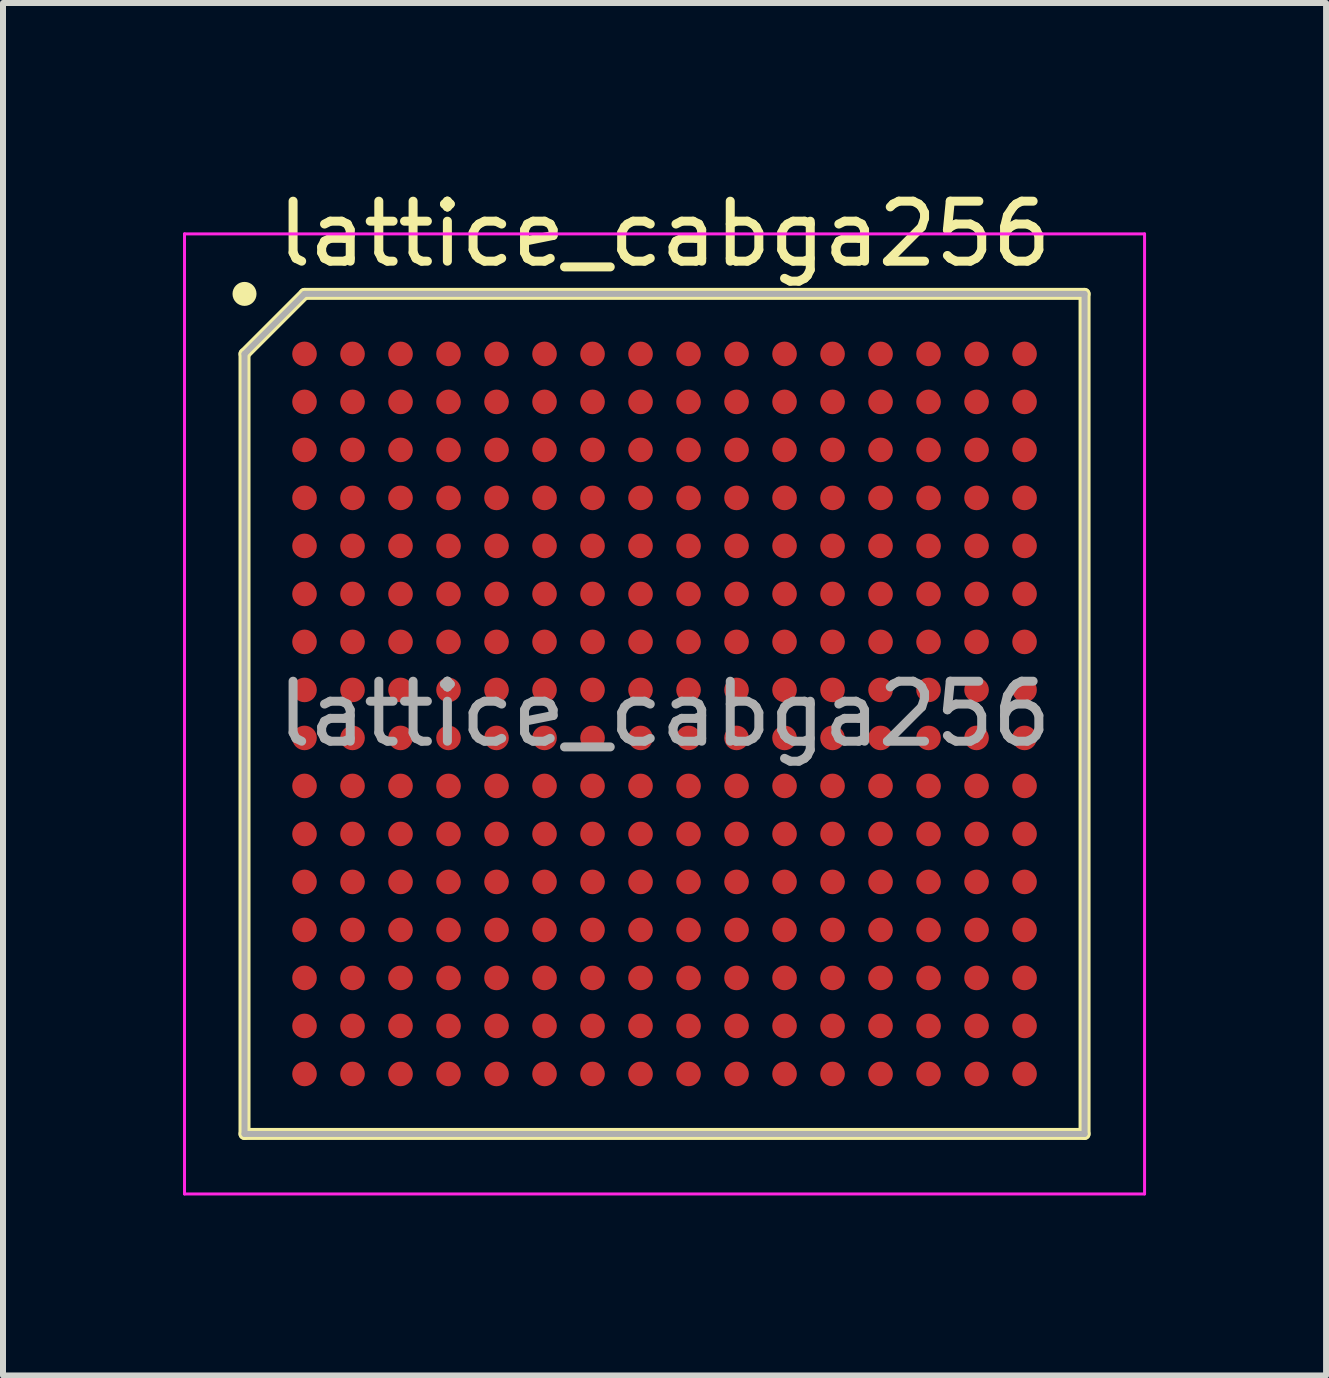
<source format=kicad_pcb>
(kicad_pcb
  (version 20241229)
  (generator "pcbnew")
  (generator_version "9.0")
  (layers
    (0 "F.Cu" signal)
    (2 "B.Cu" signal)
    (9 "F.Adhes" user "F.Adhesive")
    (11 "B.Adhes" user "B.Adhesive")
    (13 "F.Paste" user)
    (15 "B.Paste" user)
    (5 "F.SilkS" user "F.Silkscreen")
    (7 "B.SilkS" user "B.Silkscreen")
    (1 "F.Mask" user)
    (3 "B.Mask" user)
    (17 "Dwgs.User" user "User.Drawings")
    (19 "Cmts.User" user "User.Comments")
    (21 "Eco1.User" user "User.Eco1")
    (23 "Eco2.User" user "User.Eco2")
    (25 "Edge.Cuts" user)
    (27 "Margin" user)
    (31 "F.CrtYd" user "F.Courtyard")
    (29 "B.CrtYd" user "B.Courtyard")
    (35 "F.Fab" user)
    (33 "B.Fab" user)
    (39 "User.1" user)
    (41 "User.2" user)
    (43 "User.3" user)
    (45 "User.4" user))
  (footprint "lattice_cabga256"
    (layer "F.Cu")
    (at 8.025 8.848)
    (property "Reference" "lattice_cabga256" (at 0 -8 0) (layer "F.SilkS") (effects (font (size 1 1) (thickness 0.15))))
    (attr smd)
    (fp_line (start -7 -6) (end -6 -7) (stroke (width 0.2) (type solid)) (layer "F.SilkS"))
    (fp_line (start -7 7) (end -7 -6) (stroke (width 0.2) (type solid)) (layer "F.SilkS"))
    (fp_line (start -6 -7) (end 7 -7) (stroke (width 0.2) (type solid)) (layer "F.SilkS"))
    (fp_line (start 7 -7) (end 7 7) (stroke (width 0.2) (type solid)) (layer "F.SilkS"))
    (fp_line (start 7 7) (end -7 7) (stroke (width 0.2) (type solid)) (layer "F.SilkS"))
    (fp_circle (center -7 -7) (end -7 -6.9) (stroke (width 0.2) (type solid)) (fill no) (layer "F.SilkS"))
    (fp_line (start -8 -8) (end 8 -8) (stroke (width 0.05) (type solid)) (layer "F.CrtYd"))
    (fp_line (start -8 8) (end -8 -8) (stroke (width 0.05) (type solid)) (layer "F.CrtYd"))
    (fp_line (start 8 -8) (end 8 8) (stroke (width 0.05) (type solid)) (layer "F.CrtYd"))
    (fp_line (start 8 8) (end -8 8) (stroke (width 0.05) (type solid)) (layer "F.CrtYd"))
    (fp_line (start -7 -6) (end -6 -7) (stroke (width 0.1) (type solid)) (layer "F.Fab"))
    (fp_line (start -7 7) (end -7 -6) (stroke (width 0.1) (type solid)) (layer "F.Fab"))
    (fp_line (start -6 -7) (end 7 -7) (stroke (width 0.1) (type solid)) (layer "F.Fab"))
    (fp_line (start 7 -7) (end 7 7) (stroke (width 0.1) (type solid)) (layer "F.Fab"))
    (fp_line (start 7 7) (end -7 7) (stroke (width 0.1) (type solid)) (layer "F.Fab"))
    (fp_text user "${REFERENCE}" (at 0 0 0) (layer "F.Fab") (effects (font (size 1 1) (thickness 0.15))))
    (pad "A1" smd circle (at -6 -6 90) (size 0.41 0.41) (layers "F.Cu" "F.Mask" "F.Paste"))
    (pad "A2" smd circle (at -5.2 -6 90) (size 0.41 0.41) (layers "F.Cu" "F.Mask" "F.Paste"))
    (pad "A3" smd circle (at -4.4 -6 90) (size 0.41 0.41) (layers "F.Cu" "F.Mask" "F.Paste"))
    (pad "A4" smd circle (at -3.6 -6 90) (size 0.41 0.41) (layers "F.Cu" "F.Mask" "F.Paste"))
    (pad "A5" smd circle (at -2.8 -6 90) (size 0.41 0.41) (layers "F.Cu" "F.Mask" "F.Paste"))
    (pad "A6" smd circle (at -2 -6 90) (size 0.41 0.41) (layers "F.Cu" "F.Mask" "F.Paste"))
    (pad "A7" smd circle (at -1.2 -6 90) (size 0.41 0.41) (layers "F.Cu" "F.Mask" "F.Paste"))
    (pad "A8" smd circle (at -0.4 -6 90) (size 0.41 0.41) (layers "F.Cu" "F.Mask" "F.Paste"))
    (pad "A9" smd circle (at 0.4 -6 90) (size 0.41 0.41) (layers "F.Cu" "F.Mask" "F.Paste"))
    (pad "A10" smd circle (at 1.2 -6 90) (size 0.41 0.41) (layers "F.Cu" "F.Mask" "F.Paste"))
    (pad "A11" smd circle (at 2 -6 90) (size 0.41 0.41) (layers "F.Cu" "F.Mask" "F.Paste"))
    (pad "A12" smd circle (at 2.8 -6 90) (size 0.41 0.41) (layers "F.Cu" "F.Mask" "F.Paste"))
    (pad "A13" smd circle (at 3.6 -6 90) (size 0.41 0.41) (layers "F.Cu" "F.Mask" "F.Paste"))
    (pad "A14" smd circle (at 4.4 -6 90) (size 0.41 0.41) (layers "F.Cu" "F.Mask" "F.Paste"))
    (pad "A15" smd circle (at 5.2 -6 90) (size 0.41 0.41) (layers "F.Cu" "F.Mask" "F.Paste"))
    (pad "A16" smd circle (at 6 -6 90) (size 0.41 0.41) (layers "F.Cu" "F.Mask" "F.Paste"))
    (pad "B1" smd circle (at -6 -5.2 90) (size 0.41 0.41) (layers "F.Cu" "F.Mask" "F.Paste"))
    (pad "B2" smd circle (at -5.2 -5.2 90) (size 0.41 0.41) (layers "F.Cu" "F.Mask" "F.Paste"))
    (pad "B3" smd circle (at -4.4 -5.2 90) (size 0.41 0.41) (layers "F.Cu" "F.Mask" "F.Paste"))
    (pad "B4" smd circle (at -3.6 -5.2 90) (size 0.41 0.41) (layers "F.Cu" "F.Mask" "F.Paste"))
    (pad "B5" smd circle (at -2.8 -5.2 90) (size 0.41 0.41) (layers "F.Cu" "F.Mask" "F.Paste"))
    (pad "B6" smd circle (at -2 -5.2 90) (size 0.41 0.41) (layers "F.Cu" "F.Mask" "F.Paste"))
    (pad "B7" smd circle (at -1.2 -5.2 90) (size 0.41 0.41) (layers "F.Cu" "F.Mask" "F.Paste"))
    (pad "B8" smd circle (at -0.4 -5.2 90) (size 0.41 0.41) (layers "F.Cu" "F.Mask" "F.Paste"))
    (pad "B9" smd circle (at 0.4 -5.2 90) (size 0.41 0.41) (layers "F.Cu" "F.Mask" "F.Paste"))
    (pad "B10" smd circle (at 1.2 -5.2 90) (size 0.41 0.41) (layers "F.Cu" "F.Mask" "F.Paste"))
    (pad "B11" smd circle (at 2 -5.2 90) (size 0.41 0.41) (layers "F.Cu" "F.Mask" "F.Paste"))
    (pad "B12" smd circle (at 2.8 -5.2 90) (size 0.41 0.41) (layers "F.Cu" "F.Mask" "F.Paste"))
    (pad "B13" smd circle (at 3.6 -5.2 90) (size 0.41 0.41) (layers "F.Cu" "F.Mask" "F.Paste"))
    (pad "B14" smd circle (at 4.4 -5.2 90) (size 0.41 0.41) (layers "F.Cu" "F.Mask" "F.Paste"))
    (pad "B15" smd circle (at 5.2 -5.2 90) (size 0.41 0.41) (layers "F.Cu" "F.Mask" "F.Paste"))
    (pad "B16" smd circle (at 6 -5.2 90) (size 0.41 0.41) (layers "F.Cu" "F.Mask" "F.Paste"))
    (pad "C1" smd circle (at -6 -4.4 90) (size 0.41 0.41) (layers "F.Cu" "F.Mask" "F.Paste"))
    (pad "C2" smd circle (at -5.2 -4.4 90) (size 0.41 0.41) (layers "F.Cu" "F.Mask" "F.Paste"))
    (pad "C3" smd circle (at -4.4 -4.4 90) (size 0.41 0.41) (layers "F.Cu" "F.Mask" "F.Paste"))
    (pad "C4" smd circle (at -3.6 -4.4 90) (size 0.41 0.41) (layers "F.Cu" "F.Mask" "F.Paste"))
    (pad "C5" smd circle (at -2.8 -4.4 90) (size 0.41 0.41) (layers "F.Cu" "F.Mask" "F.Paste"))
    (pad "C6" smd circle (at -2 -4.4 90) (size 0.41 0.41) (layers "F.Cu" "F.Mask" "F.Paste"))
    (pad "C7" smd circle (at -1.2 -4.4 90) (size 0.41 0.41) (layers "F.Cu" "F.Mask" "F.Paste"))
    (pad "C8" smd circle (at -0.4 -4.4 90) (size 0.41 0.41) (layers "F.Cu" "F.Mask" "F.Paste"))
    (pad "C9" smd circle (at 0.4 -4.4 90) (size 0.41 0.41) (layers "F.Cu" "F.Mask" "F.Paste"))
    (pad "C10" smd circle (at 1.2 -4.4 90) (size 0.41 0.41) (layers "F.Cu" "F.Mask" "F.Paste"))
    (pad "C11" smd circle (at 2 -4.4 90) (size 0.41 0.41) (layers "F.Cu" "F.Mask" "F.Paste"))
    (pad "C12" smd circle (at 2.8 -4.4 90) (size 0.41 0.41) (layers "F.Cu" "F.Mask" "F.Paste"))
    (pad "C13" smd circle (at 3.6 -4.4 90) (size 0.41 0.41) (layers "F.Cu" "F.Mask" "F.Paste"))
    (pad "C14" smd circle (at 4.4 -4.4 90) (size 0.41 0.41) (layers "F.Cu" "F.Mask" "F.Paste"))
    (pad "C15" smd circle (at 5.2 -4.4 90) (size 0.41 0.41) (layers "F.Cu" "F.Mask" "F.Paste"))
    (pad "C16" smd circle (at 6 -4.4 90) (size 0.41 0.41) (layers "F.Cu" "F.Mask" "F.Paste"))
    (pad "D1" smd circle (at -6 -3.6 90) (size 0.41 0.41) (layers "F.Cu" "F.Mask" "F.Paste"))
    (pad "D2" smd circle (at -5.2 -3.6 90) (size 0.41 0.41) (layers "F.Cu" "F.Mask" "F.Paste"))
    (pad "D3" smd circle (at -4.4 -3.6 90) (size 0.41 0.41) (layers "F.Cu" "F.Mask" "F.Paste"))
    (pad "D4" smd circle (at -3.6 -3.6 90) (size 0.41 0.41) (layers "F.Cu" "F.Mask" "F.Paste"))
    (pad "D5" smd circle (at -2.8 -3.6 90) (size 0.41 0.41) (layers "F.Cu" "F.Mask" "F.Paste"))
    (pad "D6" smd circle (at -2 -3.6 90) (size 0.41 0.41) (layers "F.Cu" "F.Mask" "F.Paste"))
    (pad "D7" smd circle (at -1.2 -3.6 90) (size 0.41 0.41) (layers "F.Cu" "F.Mask" "F.Paste"))
    (pad "D8" smd circle (at -0.4 -3.6 90) (size 0.41 0.41) (layers "F.Cu" "F.Mask" "F.Paste"))
    (pad "D9" smd circle (at 0.4 -3.6 90) (size 0.41 0.41) (layers "F.Cu" "F.Mask" "F.Paste"))
    (pad "D10" smd circle (at 1.2 -3.6 90) (size 0.41 0.41) (layers "F.Cu" "F.Mask" "F.Paste"))
    (pad "D11" smd circle (at 2 -3.6 90) (size 0.41 0.41) (layers "F.Cu" "F.Mask" "F.Paste"))
    (pad "D12" smd circle (at 2.8 -3.6 90) (size 0.41 0.41) (layers "F.Cu" "F.Mask" "F.Paste"))
    (pad "D13" smd circle (at 3.6 -3.6 90) (size 0.41 0.41) (layers "F.Cu" "F.Mask" "F.Paste"))
    (pad "D14" smd circle (at 4.4 -3.6 90) (size 0.41 0.41) (layers "F.Cu" "F.Mask" "F.Paste"))
    (pad "D15" smd circle (at 5.2 -3.6 90) (size 0.41 0.41) (layers "F.Cu" "F.Mask" "F.Paste"))
    (pad "D16" smd circle (at 6 -3.6 90) (size 0.41 0.41) (layers "F.Cu" "F.Mask" "F.Paste"))
    (pad "E1" smd circle (at -6 -2.8 90) (size 0.41 0.41) (layers "F.Cu" "F.Mask" "F.Paste"))
    (pad "E2" smd circle (at -5.2 -2.8 90) (size 0.41 0.41) (layers "F.Cu" "F.Mask" "F.Paste"))
    (pad "E3" smd circle (at -4.4 -2.8 90) (size 0.41 0.41) (layers "F.Cu" "F.Mask" "F.Paste"))
    (pad "E4" smd circle (at -3.6 -2.8 90) (size 0.41 0.41) (layers "F.Cu" "F.Mask" "F.Paste"))
    (pad "E5" smd circle (at -2.8 -2.8 90) (size 0.41 0.41) (layers "F.Cu" "F.Mask" "F.Paste"))
    (pad "E6" smd circle (at -2 -2.8 90) (size 0.41 0.41) (layers "F.Cu" "F.Mask" "F.Paste"))
    (pad "E7" smd circle (at -1.2 -2.8 90) (size 0.41 0.41) (layers "F.Cu" "F.Mask" "F.Paste"))
    (pad "E8" smd circle (at -0.4 -2.8 90) (size 0.41 0.41) (layers "F.Cu" "F.Mask" "F.Paste"))
    (pad "E9" smd circle (at 0.4 -2.8 90) (size 0.41 0.41) (layers "F.Cu" "F.Mask" "F.Paste"))
    (pad "E10" smd circle (at 1.2 -2.8 90) (size 0.41 0.41) (layers "F.Cu" "F.Mask" "F.Paste"))
    (pad "E11" smd circle (at 2 -2.8 90) (size 0.41 0.41) (layers "F.Cu" "F.Mask" "F.Paste"))
    (pad "E12" smd circle (at 2.8 -2.8 90) (size 0.41 0.41) (layers "F.Cu" "F.Mask" "F.Paste"))
    (pad "E13" smd circle (at 3.6 -2.8 90) (size 0.41 0.41) (layers "F.Cu" "F.Mask" "F.Paste"))
    (pad "E14" smd circle (at 4.4 -2.8 90) (size 0.41 0.41) (layers "F.Cu" "F.Mask" "F.Paste"))
    (pad "E15" smd circle (at 5.2 -2.8 90) (size 0.41 0.41) (layers "F.Cu" "F.Mask" "F.Paste"))
    (pad "E16" smd circle (at 6 -2.8 90) (size 0.41 0.41) (layers "F.Cu" "F.Mask" "F.Paste"))
    (pad "F1" smd circle (at -6 -2 90) (size 0.41 0.41) (layers "F.Cu" "F.Mask" "F.Paste"))
    (pad "F2" smd circle (at -5.2 -2 90) (size 0.41 0.41) (layers "F.Cu" "F.Mask" "F.Paste"))
    (pad "F3" smd circle (at -4.4 -2 90) (size 0.41 0.41) (layers "F.Cu" "F.Mask" "F.Paste"))
    (pad "F4" smd circle (at -3.6 -2 90) (size 0.41 0.41) (layers "F.Cu" "F.Mask" "F.Paste"))
    (pad "F5" smd circle (at -2.8 -2 90) (size 0.41 0.41) (layers "F.Cu" "F.Mask" "F.Paste"))
    (pad "F6" smd circle (at -2 -2 90) (size 0.41 0.41) (layers "F.Cu" "F.Mask" "F.Paste"))
    (pad "F7" smd circle (at -1.2 -2 90) (size 0.41 0.41) (layers "F.Cu" "F.Mask" "F.Paste"))
    (pad "F8" smd circle (at -0.4 -2 90) (size 0.41 0.41) (layers "F.Cu" "F.Mask" "F.Paste"))
    (pad "F9" smd circle (at 0.4 -2 90) (size 0.41 0.41) (layers "F.Cu" "F.Mask" "F.Paste"))
    (pad "F10" smd circle (at 1.2 -2 90) (size 0.41 0.41) (layers "F.Cu" "F.Mask" "F.Paste"))
    (pad "F11" smd circle (at 2 -2 90) (size 0.41 0.41) (layers "F.Cu" "F.Mask" "F.Paste"))
    (pad "F12" smd circle (at 2.8 -2 90) (size 0.41 0.41) (layers "F.Cu" "F.Mask" "F.Paste"))
    (pad "F13" smd circle (at 3.6 -2 90) (size 0.41 0.41) (layers "F.Cu" "F.Mask" "F.Paste"))
    (pad "F14" smd circle (at 4.4 -2 90) (size 0.41 0.41) (layers "F.Cu" "F.Mask" "F.Paste"))
    (pad "F15" smd circle (at 5.2 -2 90) (size 0.41 0.41) (layers "F.Cu" "F.Mask" "F.Paste"))
    (pad "F16" smd circle (at 6 -2 90) (size 0.41 0.41) (layers "F.Cu" "F.Mask" "F.Paste"))
    (pad "G1" smd circle (at -6 -1.2 90) (size 0.41 0.41) (layers "F.Cu" "F.Mask" "F.Paste"))
    (pad "G2" smd circle (at -5.2 -1.2 90) (size 0.41 0.41) (layers "F.Cu" "F.Mask" "F.Paste"))
    (pad "G3" smd circle (at -4.4 -1.2 90) (size 0.41 0.41) (layers "F.Cu" "F.Mask" "F.Paste"))
    (pad "G4" smd circle (at -3.6 -1.2 90) (size 0.41 0.41) (layers "F.Cu" "F.Mask" "F.Paste"))
    (pad "G5" smd circle (at -2.8 -1.2 90) (size 0.41 0.41) (layers "F.Cu" "F.Mask" "F.Paste"))
    (pad "G6" smd circle (at -2 -1.2 90) (size 0.41 0.41) (layers "F.Cu" "F.Mask" "F.Paste"))
    (pad "G7" smd circle (at -1.2 -1.2 90) (size 0.41 0.41) (layers "F.Cu" "F.Mask" "F.Paste"))
    (pad "G8" smd circle (at -0.4 -1.2 90) (size 0.41 0.41) (layers "F.Cu" "F.Mask" "F.Paste"))
    (pad "G9" smd circle (at 0.4 -1.2 90) (size 0.41 0.41) (layers "F.Cu" "F.Mask" "F.Paste"))
    (pad "G10" smd circle (at 1.2 -1.2 90) (size 0.41 0.41) (layers "F.Cu" "F.Mask" "F.Paste"))
    (pad "G11" smd circle (at 2 -1.2 90) (size 0.41 0.41) (layers "F.Cu" "F.Mask" "F.Paste"))
    (pad "G12" smd circle (at 2.8 -1.2 90) (size 0.41 0.41) (layers "F.Cu" "F.Mask" "F.Paste"))
    (pad "G13" smd circle (at 3.6 -1.2 90) (size 0.41 0.41) (layers "F.Cu" "F.Mask" "F.Paste"))
    (pad "G14" smd circle (at 4.4 -1.2 90) (size 0.41 0.41) (layers "F.Cu" "F.Mask" "F.Paste"))
    (pad "G15" smd circle (at 5.2 -1.2 90) (size 0.41 0.41) (layers "F.Cu" "F.Mask" "F.Paste"))
    (pad "G16" smd circle (at 6 -1.2 90) (size 0.41 0.41) (layers "F.Cu" "F.Mask" "F.Paste"))
    (pad "H1" smd circle (at -6 -0.4 90) (size 0.41 0.41) (layers "F.Cu" "F.Mask" "F.Paste"))
    (pad "H2" smd circle (at -5.2 -0.4 90) (size 0.41 0.41) (layers "F.Cu" "F.Mask" "F.Paste"))
    (pad "H3" smd circle (at -4.4 -0.4 90) (size 0.41 0.41) (layers "F.Cu" "F.Mask" "F.Paste"))
    (pad "H4" smd circle (at -3.6 -0.4 90) (size 0.41 0.41) (layers "F.Cu" "F.Mask" "F.Paste"))
    (pad "H5" smd circle (at -2.8 -0.4 90) (size 0.41 0.41) (layers "F.Cu" "F.Mask" "F.Paste"))
    (pad "H6" smd circle (at -2 -0.4 90) (size 0.41 0.41) (layers "F.Cu" "F.Mask" "F.Paste"))
    (pad "H7" smd circle (at -1.2 -0.4 90) (size 0.41 0.41) (layers "F.Cu" "F.Mask" "F.Paste"))
    (pad "H8" smd circle (at -0.4 -0.4 90) (size 0.41 0.41) (layers "F.Cu" "F.Mask" "F.Paste"))
    (pad "H9" smd circle (at 0.4 -0.4 90) (size 0.41 0.41) (layers "F.Cu" "F.Mask" "F.Paste"))
    (pad "H10" smd circle (at 1.2 -0.4 90) (size 0.41 0.41) (layers "F.Cu" "F.Mask" "F.Paste"))
    (pad "H11" smd circle (at 2 -0.4 90) (size 0.41 0.41) (layers "F.Cu" "F.Mask" "F.Paste"))
    (pad "H12" smd circle (at 2.8 -0.4 90) (size 0.41 0.41) (layers "F.Cu" "F.Mask" "F.Paste"))
    (pad "H13" smd circle (at 3.6 -0.4 90) (size 0.41 0.41) (layers "F.Cu" "F.Mask" "F.Paste"))
    (pad "H14" smd circle (at 4.4 -0.4 90) (size 0.41 0.41) (layers "F.Cu" "F.Mask" "F.Paste"))
    (pad "H15" smd circle (at 5.2 -0.4 90) (size 0.41 0.41) (layers "F.Cu" "F.Mask" "F.Paste"))
    (pad "H16" smd circle (at 6 -0.4 90) (size 0.41 0.41) (layers "F.Cu" "F.Mask" "F.Paste"))
    (pad "J1" smd circle (at -6 0.4 90) (size 0.41 0.41) (layers "F.Cu" "F.Mask" "F.Paste"))
    (pad "J2" smd circle (at -5.2 0.4 90) (size 0.41 0.41) (layers "F.Cu" "F.Mask" "F.Paste"))
    (pad "J3" smd circle (at -4.4 0.4 90) (size 0.41 0.41) (layers "F.Cu" "F.Mask" "F.Paste"))
    (pad "J4" smd circle (at -3.6 0.4 90) (size 0.41 0.41) (layers "F.Cu" "F.Mask" "F.Paste"))
    (pad "J5" smd circle (at -2.8 0.4 90) (size 0.41 0.41) (layers "F.Cu" "F.Mask" "F.Paste"))
    (pad "J6" smd circle (at -2 0.4 90) (size 0.41 0.41) (layers "F.Cu" "F.Mask" "F.Paste"))
    (pad "J7" smd circle (at -1.2 0.4 90) (size 0.41 0.41) (layers "F.Cu" "F.Mask" "F.Paste"))
    (pad "J8" smd circle (at -0.4 0.4 90) (size 0.41 0.41) (layers "F.Cu" "F.Mask" "F.Paste"))
    (pad "J9" smd circle (at 0.4 0.4 90) (size 0.41 0.41) (layers "F.Cu" "F.Mask" "F.Paste"))
    (pad "J10" smd circle (at 1.2 0.4 90) (size 0.41 0.41) (layers "F.Cu" "F.Mask" "F.Paste"))
    (pad "J11" smd circle (at 2 0.4 90) (size 0.41 0.41) (layers "F.Cu" "F.Mask" "F.Paste"))
    (pad "J12" smd circle (at 2.8 0.4 90) (size 0.41 0.41) (layers "F.Cu" "F.Mask" "F.Paste"))
    (pad "J13" smd circle (at 3.6 0.4 90) (size 0.41 0.41) (layers "F.Cu" "F.Mask" "F.Paste"))
    (pad "J14" smd circle (at 4.4 0.4 90) (size 0.41 0.41) (layers "F.Cu" "F.Mask" "F.Paste"))
    (pad "J15" smd circle (at 5.2 0.4 90) (size 0.41 0.41) (layers "F.Cu" "F.Mask" "F.Paste"))
    (pad "J16" smd circle (at 6 0.4 90) (size 0.41 0.41) (layers "F.Cu" "F.Mask" "F.Paste"))
    (pad "K1" smd circle (at -6 1.2 90) (size 0.41 0.41) (layers "F.Cu" "F.Mask" "F.Paste"))
    (pad "K2" smd circle (at -5.2 1.2 90) (size 0.41 0.41) (layers "F.Cu" "F.Mask" "F.Paste"))
    (pad "K3" smd circle (at -4.4 1.2 90) (size 0.41 0.41) (layers "F.Cu" "F.Mask" "F.Paste"))
    (pad "K4" smd circle (at -3.6 1.2 90) (size 0.41 0.41) (layers "F.Cu" "F.Mask" "F.Paste"))
    (pad "K5" smd circle (at -2.8 1.2 90) (size 0.41 0.41) (layers "F.Cu" "F.Mask" "F.Paste"))
    (pad "K6" smd circle (at -2 1.2 90) (size 0.41 0.41) (layers "F.Cu" "F.Mask" "F.Paste"))
    (pad "K7" smd circle (at -1.2 1.2 90) (size 0.41 0.41) (layers "F.Cu" "F.Mask" "F.Paste"))
    (pad "K8" smd circle (at -0.4 1.2 90) (size 0.41 0.41) (layers "F.Cu" "F.Mask" "F.Paste"))
    (pad "K9" smd circle (at 0.4 1.2 90) (size 0.41 0.41) (layers "F.Cu" "F.Mask" "F.Paste"))
    (pad "K10" smd circle (at 1.2 1.2 90) (size 0.41 0.41) (layers "F.Cu" "F.Mask" "F.Paste"))
    (pad "K11" smd circle (at 2 1.2 90) (size 0.41 0.41) (layers "F.Cu" "F.Mask" "F.Paste"))
    (pad "K12" smd circle (at 2.8 1.2 90) (size 0.41 0.41) (layers "F.Cu" "F.Mask" "F.Paste"))
    (pad "K13" smd circle (at 3.6 1.2 90) (size 0.41 0.41) (layers "F.Cu" "F.Mask" "F.Paste"))
    (pad "K14" smd circle (at 4.4 1.2 90) (size 0.41 0.41) (layers "F.Cu" "F.Mask" "F.Paste"))
    (pad "K15" smd circle (at 5.2 1.2 90) (size 0.41 0.41) (layers "F.Cu" "F.Mask" "F.Paste"))
    (pad "K16" smd circle (at 6 1.2 90) (size 0.41 0.41) (layers "F.Cu" "F.Mask" "F.Paste"))
    (pad "L1" smd circle (at -6 2 90) (size 0.41 0.41) (layers "F.Cu" "F.Mask" "F.Paste"))
    (pad "L2" smd circle (at -5.2 2 90) (size 0.41 0.41) (layers "F.Cu" "F.Mask" "F.Paste"))
    (pad "L3" smd circle (at -4.4 2 90) (size 0.41 0.41) (layers "F.Cu" "F.Mask" "F.Paste"))
    (pad "L4" smd circle (at -3.6 2 90) (size 0.41 0.41) (layers "F.Cu" "F.Mask" "F.Paste"))
    (pad "L5" smd circle (at -2.8 2 90) (size 0.41 0.41) (layers "F.Cu" "F.Mask" "F.Paste"))
    (pad "L6" smd circle (at -2 2 90) (size 0.41 0.41) (layers "F.Cu" "F.Mask" "F.Paste"))
    (pad "L7" smd circle (at -1.2 2 90) (size 0.41 0.41) (layers "F.Cu" "F.Mask" "F.Paste"))
    (pad "L8" smd circle (at -0.4 2 90) (size 0.41 0.41) (layers "F.Cu" "F.Mask" "F.Paste"))
    (pad "L9" smd circle (at 0.4 2 90) (size 0.41 0.41) (layers "F.Cu" "F.Mask" "F.Paste"))
    (pad "L10" smd circle (at 1.2 2 90) (size 0.41 0.41) (layers "F.Cu" "F.Mask" "F.Paste"))
    (pad "L11" smd circle (at 2 2 90) (size 0.41 0.41) (layers "F.Cu" "F.Mask" "F.Paste"))
    (pad "L12" smd circle (at 2.8 2 90) (size 0.41 0.41) (layers "F.Cu" "F.Mask" "F.Paste"))
    (pad "L13" smd circle (at 3.6 2 90) (size 0.41 0.41) (layers "F.Cu" "F.Mask" "F.Paste"))
    (pad "L14" smd circle (at 4.4 2 90) (size 0.41 0.41) (layers "F.Cu" "F.Mask" "F.Paste"))
    (pad "L15" smd circle (at 5.2 2 90) (size 0.41 0.41) (layers "F.Cu" "F.Mask" "F.Paste"))
    (pad "L16" smd circle (at 6 2 90) (size 0.41 0.41) (layers "F.Cu" "F.Mask" "F.Paste"))
    (pad "M1" smd circle (at -6 2.8 90) (size 0.41 0.41) (layers "F.Cu" "F.Mask" "F.Paste"))
    (pad "M2" smd circle (at -5.2 2.8 90) (size 0.41 0.41) (layers "F.Cu" "F.Mask" "F.Paste"))
    (pad "M3" smd circle (at -4.4 2.8 90) (size 0.41 0.41) (layers "F.Cu" "F.Mask" "F.Paste"))
    (pad "M4" smd circle (at -3.6 2.8 90) (size 0.41 0.41) (layers "F.Cu" "F.Mask" "F.Paste"))
    (pad "M5" smd circle (at -2.8 2.8 90) (size 0.41 0.41) (layers "F.Cu" "F.Mask" "F.Paste"))
    (pad "M6" smd circle (at -2 2.8 90) (size 0.41 0.41) (layers "F.Cu" "F.Mask" "F.Paste"))
    (pad "M7" smd circle (at -1.2 2.8 90) (size 0.41 0.41) (layers "F.Cu" "F.Mask" "F.Paste"))
    (pad "M8" smd circle (at -0.4 2.8 90) (size 0.41 0.41) (layers "F.Cu" "F.Mask" "F.Paste"))
    (pad "M9" smd circle (at 0.4 2.8 90) (size 0.41 0.41) (layers "F.Cu" "F.Mask" "F.Paste"))
    (pad "M10" smd circle (at 1.2 2.8 90) (size 0.41 0.41) (layers "F.Cu" "F.Mask" "F.Paste"))
    (pad "M11" smd circle (at 2 2.8 90) (size 0.41 0.41) (layers "F.Cu" "F.Mask" "F.Paste"))
    (pad "M12" smd circle (at 2.8 2.8 90) (size 0.41 0.41) (layers "F.Cu" "F.Mask" "F.Paste"))
    (pad "M13" smd circle (at 3.6 2.8 90) (size 0.41 0.41) (layers "F.Cu" "F.Mask" "F.Paste"))
    (pad "M14" smd circle (at 4.4 2.8 90) (size 0.41 0.41) (layers "F.Cu" "F.Mask" "F.Paste"))
    (pad "M15" smd circle (at 5.2 2.8 90) (size 0.41 0.41) (layers "F.Cu" "F.Mask" "F.Paste"))
    (pad "M16" smd circle (at 6 2.8 90) (size 0.41 0.41) (layers "F.Cu" "F.Mask" "F.Paste"))
    (pad "N1" smd circle (at -6 3.6 90) (size 0.41 0.41) (layers "F.Cu" "F.Mask" "F.Paste"))
    (pad "N2" smd circle (at -5.2 3.6 90) (size 0.41 0.41) (layers "F.Cu" "F.Mask" "F.Paste"))
    (pad "N3" smd circle (at -4.4 3.6 90) (size 0.41 0.41) (layers "F.Cu" "F.Mask" "F.Paste"))
    (pad "N4" smd circle (at -3.6 3.6 90) (size 0.41 0.41) (layers "F.Cu" "F.Mask" "F.Paste"))
    (pad "N5" smd circle (at -2.8 3.6 90) (size 0.41 0.41) (layers "F.Cu" "F.Mask" "F.Paste"))
    (pad "N6" smd circle (at -2 3.6 90) (size 0.41 0.41) (layers "F.Cu" "F.Mask" "F.Paste"))
    (pad "N7" smd circle (at -1.2 3.6 90) (size 0.41 0.41) (layers "F.Cu" "F.Mask" "F.Paste"))
    (pad "N8" smd circle (at -0.4 3.6 90) (size 0.41 0.41) (layers "F.Cu" "F.Mask" "F.Paste"))
    (pad "N9" smd circle (at 0.4 3.6 90) (size 0.41 0.41) (layers "F.Cu" "F.Mask" "F.Paste"))
    (pad "N10" smd circle (at 1.2 3.6 90) (size 0.41 0.41) (layers "F.Cu" "F.Mask" "F.Paste"))
    (pad "N11" smd circle (at 2 3.6 90) (size 0.41 0.41) (layers "F.Cu" "F.Mask" "F.Paste"))
    (pad "N12" smd circle (at 2.8 3.6 90) (size 0.41 0.41) (layers "F.Cu" "F.Mask" "F.Paste"))
    (pad "N13" smd circle (at 3.6 3.6 90) (size 0.41 0.41) (layers "F.Cu" "F.Mask" "F.Paste"))
    (pad "N14" smd circle (at 4.4 3.6 90) (size 0.41 0.41) (layers "F.Cu" "F.Mask" "F.Paste"))
    (pad "N15" smd circle (at 5.2 3.6 90) (size 0.41 0.41) (layers "F.Cu" "F.Mask" "F.Paste"))
    (pad "N16" smd circle (at 6 3.6 90) (size 0.41 0.41) (layers "F.Cu" "F.Mask" "F.Paste"))
    (pad "P1" smd circle (at -6 4.4 90) (size 0.41 0.41) (layers "F.Cu" "F.Mask" "F.Paste"))
    (pad "P2" smd circle (at -5.2 4.4 90) (size 0.41 0.41) (layers "F.Cu" "F.Mask" "F.Paste"))
    (pad "P3" smd circle (at -4.4 4.4 90) (size 0.41 0.41) (layers "F.Cu" "F.Mask" "F.Paste"))
    (pad "P4" smd circle (at -3.6 4.4 90) (size 0.41 0.41) (layers "F.Cu" "F.Mask" "F.Paste"))
    (pad "P5" smd circle (at -2.8 4.4 90) (size 0.41 0.41) (layers "F.Cu" "F.Mask" "F.Paste"))
    (pad "P6" smd circle (at -2 4.4 90) (size 0.41 0.41) (layers "F.Cu" "F.Mask" "F.Paste"))
    (pad "P7" smd circle (at -1.2 4.4 90) (size 0.41 0.41) (layers "F.Cu" "F.Mask" "F.Paste"))
    (pad "P8" smd circle (at -0.4 4.4 90) (size 0.41 0.41) (layers "F.Cu" "F.Mask" "F.Paste"))
    (pad "P9" smd circle (at 0.4 4.4 90) (size 0.41 0.41) (layers "F.Cu" "F.Mask" "F.Paste"))
    (pad "P10" smd circle (at 1.2 4.4 90) (size 0.41 0.41) (layers "F.Cu" "F.Mask" "F.Paste"))
    (pad "P11" smd circle (at 2 4.4 90) (size 0.41 0.41) (layers "F.Cu" "F.Mask" "F.Paste"))
    (pad "P12" smd circle (at 2.8 4.4 90) (size 0.41 0.41) (layers "F.Cu" "F.Mask" "F.Paste"))
    (pad "P13" smd circle (at 3.6 4.4 90) (size 0.41 0.41) (layers "F.Cu" "F.Mask" "F.Paste"))
    (pad "P14" smd circle (at 4.4 4.4 90) (size 0.41 0.41) (layers "F.Cu" "F.Mask" "F.Paste"))
    (pad "P15" smd circle (at 5.2 4.4 90) (size 0.41 0.41) (layers "F.Cu" "F.Mask" "F.Paste"))
    (pad "P16" smd circle (at 6 4.4 90) (size 0.41 0.41) (layers "F.Cu" "F.Mask" "F.Paste"))
    (pad "R1" smd circle (at -6 5.2 90) (size 0.41 0.41) (layers "F.Cu" "F.Mask" "F.Paste"))
    (pad "R2" smd circle (at -5.2 5.2 90) (size 0.41 0.41) (layers "F.Cu" "F.Mask" "F.Paste"))
    (pad "R3" smd circle (at -4.4 5.2 90) (size 0.41 0.41) (layers "F.Cu" "F.Mask" "F.Paste"))
    (pad "R4" smd circle (at -3.6 5.2 90) (size 0.41 0.41) (layers "F.Cu" "F.Mask" "F.Paste"))
    (pad "R5" smd circle (at -2.8 5.2 90) (size 0.41 0.41) (layers "F.Cu" "F.Mask" "F.Paste"))
    (pad "R6" smd circle (at -2 5.2 90) (size 0.41 0.41) (layers "F.Cu" "F.Mask" "F.Paste"))
    (pad "R7" smd circle (at -1.2 5.2 90) (size 0.41 0.41) (layers "F.Cu" "F.Mask" "F.Paste"))
    (pad "R8" smd circle (at -0.4 5.2 90) (size 0.41 0.41) (layers "F.Cu" "F.Mask" "F.Paste"))
    (pad "R9" smd circle (at 0.4 5.2 90) (size 0.41 0.41) (layers "F.Cu" "F.Mask" "F.Paste"))
    (pad "R10" smd circle (at 1.2 5.2 90) (size 0.41 0.41) (layers "F.Cu" "F.Mask" "F.Paste"))
    (pad "R11" smd circle (at 2 5.2 90) (size 0.41 0.41) (layers "F.Cu" "F.Mask" "F.Paste"))
    (pad "R12" smd circle (at 2.8 5.2 90) (size 0.41 0.41) (layers "F.Cu" "F.Mask" "F.Paste"))
    (pad "R13" smd circle (at 3.6 5.2 90) (size 0.41 0.41) (layers "F.Cu" "F.Mask" "F.Paste"))
    (pad "R14" smd circle (at 4.4 5.2 90) (size 0.41 0.41) (layers "F.Cu" "F.Mask" "F.Paste"))
    (pad "R15" smd circle (at 5.2 5.2 90) (size 0.41 0.41) (layers "F.Cu" "F.Mask" "F.Paste"))
    (pad "R16" smd circle (at 6 5.2 90) (size 0.41 0.41) (layers "F.Cu" "F.Mask" "F.Paste"))
    (pad "T1" smd circle (at -6 6 90) (size 0.41 0.41) (layers "F.Cu" "F.Mask" "F.Paste"))
    (pad "T2" smd circle (at -5.2 6 90) (size 0.41 0.41) (layers "F.Cu" "F.Mask" "F.Paste"))
    (pad "T3" smd circle (at -4.4 6 90) (size 0.41 0.41) (layers "F.Cu" "F.Mask" "F.Paste"))
    (pad "T4" smd circle (at -3.6 6 90) (size 0.41 0.41) (layers "F.Cu" "F.Mask" "F.Paste"))
    (pad "T5" smd circle (at -2.8 6 90) (size 0.41 0.41) (layers "F.Cu" "F.Mask" "F.Paste"))
    (pad "T6" smd circle (at -2 6 90) (size 0.41 0.41) (layers "F.Cu" "F.Mask" "F.Paste"))
    (pad "T7" smd circle (at -1.2 6 90) (size 0.41 0.41) (layers "F.Cu" "F.Mask" "F.Paste"))
    (pad "T8" smd circle (at -0.4 6 90) (size 0.41 0.41) (layers "F.Cu" "F.Mask" "F.Paste"))
    (pad "T9" smd circle (at 0.4 6 90) (size 0.41 0.41) (layers "F.Cu" "F.Mask" "F.Paste"))
    (pad "T10" smd circle (at 1.2 6 90) (size 0.41 0.41) (layers "F.Cu" "F.Mask" "F.Paste"))
    (pad "T11" smd circle (at 2 6 90) (size 0.41 0.41) (layers "F.Cu" "F.Mask" "F.Paste"))
    (pad "T12" smd circle (at 2.8 6 90) (size 0.41 0.41) (layers "F.Cu" "F.Mask" "F.Paste"))
    (pad "T13" smd circle (at 3.6 6 90) (size 0.41 0.41) (layers "F.Cu" "F.Mask" "F.Paste"))
    (pad "T14" smd circle (at 4.4 6 90) (size 0.41 0.41) (layers "F.Cu" "F.Mask" "F.Paste"))
    (pad "T15" smd circle (at 5.2 6 90) (size 0.41 0.41) (layers "F.Cu" "F.Mask" "F.Paste"))
    (pad "T16" smd circle (at 6 6 90) (size 0.41 0.41) (layers "F.Cu" "F.Mask" "F.Paste")))
  (gr_rect
    (start -3 -3)
    (end 19.05 19.873)
    (stroke (width 0.1) (type default))
    (fill no)
    (layer "Edge.Cuts")))
</source>
